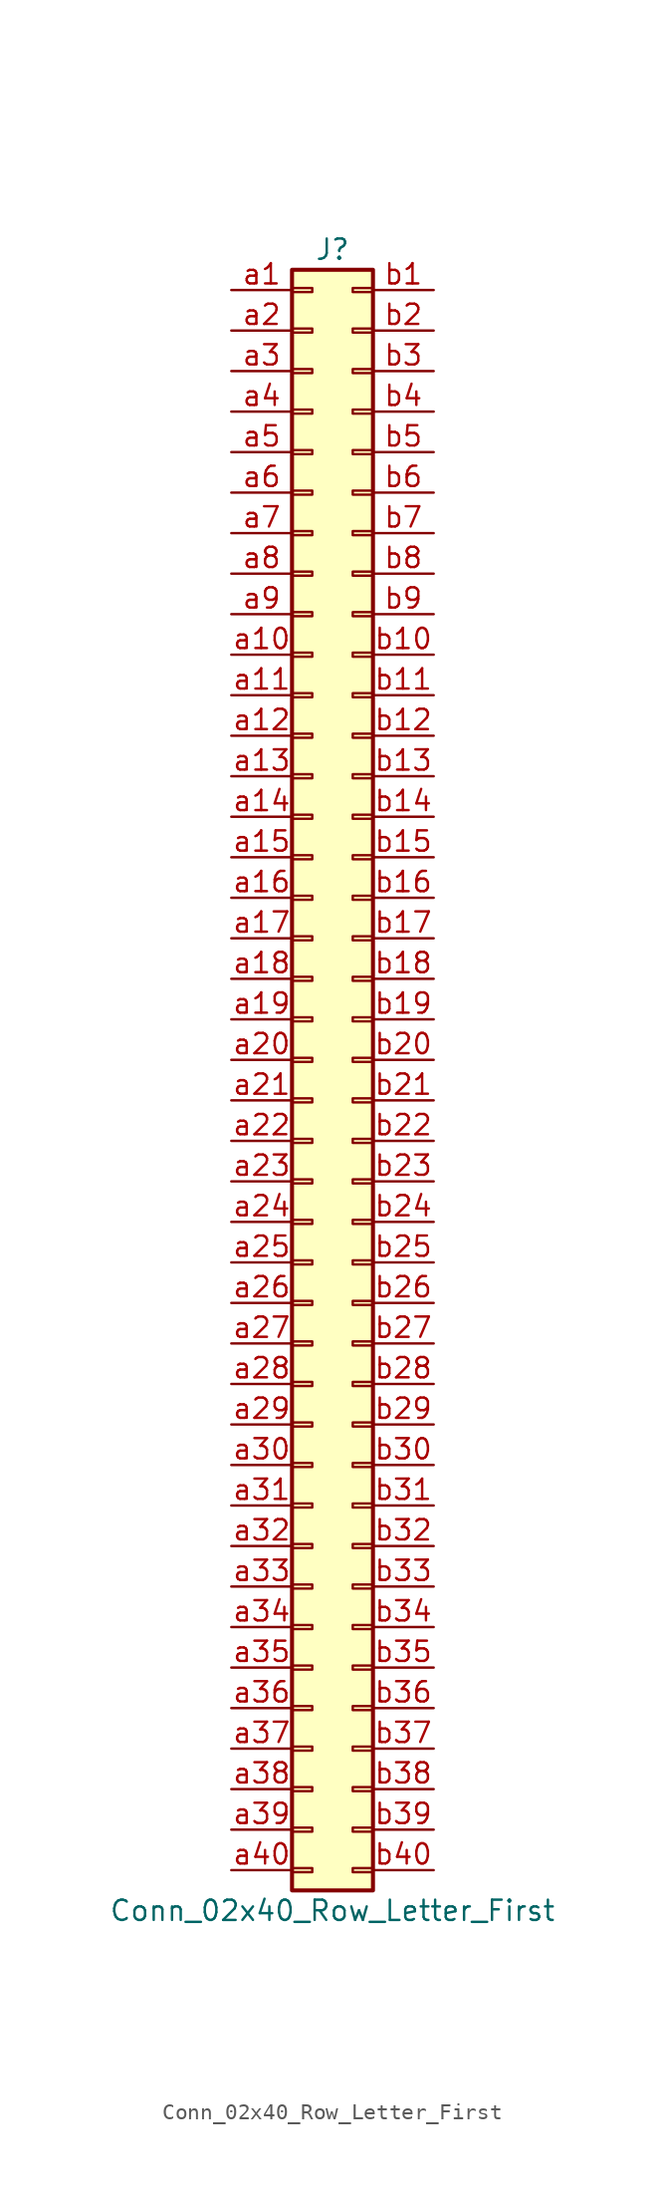
<source format=kicad_sym>
(kicad_symbol_lib
  (version 20201005)
  (generator kicad_symbol_editor)
  (symbol "Conn_02x40_Row_Letter_First"
    (pin_names
      (offset 1.016) hide)
    (property "Reference" "J"
      (at 1.27 50.8 0)
      (effects (font (size 1.27 1.27))))
    (property "Value" "Conn_02x40_Row_Letter_First"
      (at 1.27 -53.34 0)
      (effects (font (size 1.27 1.27))))
    (symbol "Conn_02x40_Row_Letter_First_1_1"
      (rectangle (start -1.27 -50.673) (end 0 -50.927) (stroke (width 0.152)) (fill (type none)))
      (rectangle (start -1.27 -48.133) (end 0 -48.387) (stroke (width 0.152)) (fill (type none)))
      (rectangle (start -1.27 -45.593) (end 0 -45.847) (stroke (width 0.152)) (fill (type none)))
      (rectangle (start -1.27 -43.053) (end 0 -43.307) (stroke (width 0.152)) (fill (type none)))
      (rectangle (start -1.27 -40.513) (end 0 -40.767) (stroke (width 0.152)) (fill (type none)))
      (rectangle (start -1.27 -37.973) (end 0 -38.227) (stroke (width 0.152)) (fill (type none)))
      (rectangle (start -1.27 -35.433) (end 0 -35.687) (stroke (width 0.152)) (fill (type none)))
      (rectangle (start -1.27 -32.893) (end 0 -33.147) (stroke (width 0.152)) (fill (type none)))
      (rectangle (start -1.27 -30.353) (end 0 -30.607) (stroke (width 0.152)) (fill (type none)))
      (rectangle (start -1.27 -27.813) (end 0 -28.067) (stroke (width 0.152)) (fill (type none)))
      (rectangle (start -1.27 -25.273) (end 0 -25.527) (stroke (width 0.152)) (fill (type none)))
      (rectangle (start -1.27 -22.733) (end 0 -22.987) (stroke (width 0.152)) (fill (type none)))
      (rectangle (start -1.27 -20.193) (end 0 -20.447) (stroke (width 0.152)) (fill (type none)))
      (rectangle (start -1.27 -17.653) (end 0 -17.907) (stroke (width 0.152)) (fill (type none)))
      (rectangle (start -1.27 -15.113) (end 0 -15.367) (stroke (width 0.152)) (fill (type none)))
      (rectangle (start -1.27 -12.573) (end 0 -12.827) (stroke (width 0.152)) (fill (type none)))
      (rectangle (start -1.27 -10.033) (end 0 -10.287) (stroke (width 0.152)) (fill (type none)))
      (rectangle (start -1.27 -7.493) (end 0 -7.747) (stroke (width 0.152)) (fill (type none)))
      (rectangle (start -1.27 -4.953) (end 0 -5.207) (stroke (width 0.152)) (fill (type none)))
      (rectangle (start -1.27 -2.413) (end 0 -2.667) (stroke (width 0.152)) (fill (type none)))
      (rectangle (start -1.27 0.127) (end 0 -0.127) (stroke (width 0.152)) (fill (type none)))
      (rectangle (start -1.27 2.667) (end 0 2.413) (stroke (width 0.152)) (fill (type none)))
      (rectangle (start -1.27 5.207) (end 0 4.953) (stroke (width 0.152)) (fill (type none)))
      (rectangle (start -1.27 7.747) (end 0 7.493) (stroke (width 0.152)) (fill (type none)))
      (rectangle (start -1.27 10.287) (end 0 10.033) (stroke (width 0.152)) (fill (type none)))
      (rectangle (start -1.27 12.827) (end 0 12.573) (stroke (width 0.152)) (fill (type none)))
      (rectangle (start -1.27 15.367) (end 0 15.113) (stroke (width 0.152)) (fill (type none)))
      (rectangle (start -1.27 17.907) (end 0 17.653) (stroke (width 0.152)) (fill (type none)))
      (rectangle (start -1.27 20.447) (end 0 20.193) (stroke (width 0.152)) (fill (type none)))
      (rectangle (start -1.27 22.987) (end 0 22.733) (stroke (width 0.152)) (fill (type none)))
      (rectangle (start -1.27 25.527) (end 0 25.273) (stroke (width 0.152)) (fill (type none)))
      (rectangle (start -1.27 28.067) (end 0 27.813) (stroke (width 0.152)) (fill (type none)))
      (rectangle (start -1.27 30.607) (end 0 30.353) (stroke (width 0.152)) (fill (type none)))
      (rectangle (start -1.27 33.147) (end 0 32.893) (stroke (width 0.152)) (fill (type none)))
      (rectangle (start -1.27 35.687) (end 0 35.433) (stroke (width 0.152)) (fill (type none)))
      (rectangle (start -1.27 38.227) (end 0 37.973) (stroke (width 0.152)) (fill (type none)))
      (rectangle (start -1.27 40.767) (end 0 40.513) (stroke (width 0.152)) (fill (type none)))
      (rectangle (start -1.27 43.307) (end 0 43.053) (stroke (width 0.152)) (fill (type none)))
      (rectangle (start -1.27 45.847) (end 0 45.593) (stroke (width 0.152)) (fill (type none)))
      (rectangle (start -1.27 48.387) (end 0 48.133) (stroke (width 0.152)) (fill (type none)))
      (rectangle (start 3.81 -50.673) (end 2.54 -50.927) (stroke (width 0.152)) (fill (type none)))
      (rectangle (start 3.81 -48.133) (end 2.54 -48.387) (stroke (width 0.152)) (fill (type none)))
      (rectangle (start 3.81 -45.593) (end 2.54 -45.847) (stroke (width 0.152)) (fill (type none)))
      (rectangle (start 3.81 -43.053) (end 2.54 -43.307) (stroke (width 0.152)) (fill (type none)))
      (rectangle (start 3.81 -40.513) (end 2.54 -40.767) (stroke (width 0.152)) (fill (type none)))
      (rectangle (start 3.81 -37.973) (end 2.54 -38.227) (stroke (width 0.152)) (fill (type none)))
      (rectangle (start 3.81 -35.433) (end 2.54 -35.687) (stroke (width 0.152)) (fill (type none)))
      (rectangle (start 3.81 -32.893) (end 2.54 -33.147) (stroke (width 0.152)) (fill (type none)))
      (rectangle (start 3.81 -30.353) (end 2.54 -30.607) (stroke (width 0.152)) (fill (type none)))
      (rectangle (start 3.81 -27.813) (end 2.54 -28.067) (stroke (width 0.152)) (fill (type none)))
      (rectangle (start 3.81 -25.273) (end 2.54 -25.527) (stroke (width 0.152)) (fill (type none)))
      (rectangle (start 3.81 -22.733) (end 2.54 -22.987) (stroke (width 0.152)) (fill (type none)))
      (rectangle (start 3.81 -20.193) (end 2.54 -20.447) (stroke (width 0.152)) (fill (type none)))
      (rectangle (start 3.81 -17.653) (end 2.54 -17.907) (stroke (width 0.152)) (fill (type none)))
      (rectangle (start 3.81 -15.113) (end 2.54 -15.367) (stroke (width 0.152)) (fill (type none)))
      (rectangle (start 3.81 -12.573) (end 2.54 -12.827) (stroke (width 0.152)) (fill (type none)))
      (rectangle (start 3.81 -10.033) (end 2.54 -10.287) (stroke (width 0.152)) (fill (type none)))
      (rectangle (start 3.81 -7.493) (end 2.54 -7.747) (stroke (width 0.152)) (fill (type none)))
      (rectangle (start 3.81 -4.953) (end 2.54 -5.207) (stroke (width 0.152)) (fill (type none)))
      (rectangle (start 3.81 -2.413) (end 2.54 -2.667) (stroke (width 0.152)) (fill (type none)))
      (rectangle (start 3.81 0.127) (end 2.54 -0.127) (stroke (width 0.152)) (fill (type none)))
      (rectangle (start 3.81 2.667) (end 2.54 2.413) (stroke (width 0.152)) (fill (type none)))
      (rectangle (start 3.81 5.207) (end 2.54 4.953) (stroke (width 0.152)) (fill (type none)))
      (rectangle (start 3.81 7.747) (end 2.54 7.493) (stroke (width 0.152)) (fill (type none)))
      (rectangle (start 3.81 10.287) (end 2.54 10.033) (stroke (width 0.152)) (fill (type none)))
      (rectangle (start 3.81 12.827) (end 2.54 12.573) (stroke (width 0.152)) (fill (type none)))
      (rectangle (start 3.81 15.367) (end 2.54 15.113) (stroke (width 0.152)) (fill (type none)))
      (rectangle (start 3.81 17.907) (end 2.54 17.653) (stroke (width 0.152)) (fill (type none)))
      (rectangle (start 3.81 20.447) (end 2.54 20.193) (stroke (width 0.152)) (fill (type none)))
      (rectangle (start 3.81 22.987) (end 2.54 22.733) (stroke (width 0.152)) (fill (type none)))
      (rectangle (start 3.81 25.527) (end 2.54 25.273) (stroke (width 0.152)) (fill (type none)))
      (rectangle (start 3.81 28.067) (end 2.54 27.813) (stroke (width 0.152)) (fill (type none)))
      (rectangle (start 3.81 30.607) (end 2.54 30.353) (stroke (width 0.152)) (fill (type none)))
      (rectangle (start 3.81 33.147) (end 2.54 32.893) (stroke (width 0.152)) (fill (type none)))
      (rectangle (start 3.81 35.687) (end 2.54 35.433) (stroke (width 0.152)) (fill (type none)))
      (rectangle (start 3.81 38.227) (end 2.54 37.973) (stroke (width 0.152)) (fill (type none)))
      (rectangle (start 3.81 40.767) (end 2.54 40.513) (stroke (width 0.152)) (fill (type none)))
      (rectangle (start 3.81 43.307) (end 2.54 43.053) (stroke (width 0.152)) (fill (type none)))
      (rectangle (start 3.81 45.847) (end 2.54 45.593) (stroke (width 0.152)) (fill (type none)))
      (rectangle (start 3.81 48.387) (end 2.54 48.133) (stroke (width 0.152)) (fill (type none)))
      (rectangle (start -1.27 49.53) (end 3.81 -52.07) (stroke (width 0.254)) (fill (type background)))
      (pin passive line (at -5.08 48.26 0) (length 3.81) (name "Pin_a1" (effects (font (size 1.27 1.27)))) (number "a1" (effects (font (size 1.27 1.27)))))
      (pin passive line (at -5.08 25.4 0) (length 3.81) (name "Pin_a10" (effects (font (size 1.27 1.27)))) (number "a10" (effects (font (size 1.27 1.27)))))
      (pin passive line (at -5.08 22.86 0) (length 3.81) (name "Pin_a11" (effects (font (size 1.27 1.27)))) (number "a11" (effects (font (size 1.27 1.27)))))
      (pin passive line (at -5.08 20.32 0) (length 3.81) (name "Pin_a12" (effects (font (size 1.27 1.27)))) (number "a12" (effects (font (size 1.27 1.27)))))
      (pin passive line (at -5.08 17.78 0) (length 3.81) (name "Pin_a13" (effects (font (size 1.27 1.27)))) (number "a13" (effects (font (size 1.27 1.27)))))
      (pin passive line (at -5.08 15.24 0) (length 3.81) (name "Pin_a14" (effects (font (size 1.27 1.27)))) (number "a14" (effects (font (size 1.27 1.27)))))
      (pin passive line (at -5.08 12.7 0) (length 3.81) (name "Pin_a15" (effects (font (size 1.27 1.27)))) (number "a15" (effects (font (size 1.27 1.27)))))
      (pin passive line (at -5.08 10.16 0) (length 3.81) (name "Pin_a16" (effects (font (size 1.27 1.27)))) (number "a16" (effects (font (size 1.27 1.27)))))
      (pin passive line (at -5.08 7.62 0) (length 3.81) (name "Pin_a17" (effects (font (size 1.27 1.27)))) (number "a17" (effects (font (size 1.27 1.27)))))
      (pin passive line (at -5.08 5.08 0) (length 3.81) (name "Pin_a18" (effects (font (size 1.27 1.27)))) (number "a18" (effects (font (size 1.27 1.27)))))
      (pin passive line (at -5.08 2.54 0) (length 3.81) (name "Pin_a19" (effects (font (size 1.27 1.27)))) (number "a19" (effects (font (size 1.27 1.27)))))
      (pin passive line (at -5.08 45.72 0) (length 3.81) (name "Pin_a2" (effects (font (size 1.27 1.27)))) (number "a2" (effects (font (size 1.27 1.27)))))
      (pin passive line (at -5.08 0 0) (length 3.81) (name "Pin_a20" (effects (font (size 1.27 1.27)))) (number "a20" (effects (font (size 1.27 1.27)))))
      (pin passive line (at -5.08 -2.54 0) (length 3.81) (name "Pin_a21" (effects (font (size 1.27 1.27)))) (number "a21" (effects (font (size 1.27 1.27)))))
      (pin passive line (at -5.08 -5.08 0) (length 3.81) (name "Pin_a22" (effects (font (size 1.27 1.27)))) (number "a22" (effects (font (size 1.27 1.27)))))
      (pin passive line (at -5.08 -7.62 0) (length 3.81) (name "Pin_a23" (effects (font (size 1.27 1.27)))) (number "a23" (effects (font (size 1.27 1.27)))))
      (pin passive line (at -5.08 -10.16 0) (length 3.81) (name "Pin_a24" (effects (font (size 1.27 1.27)))) (number "a24" (effects (font (size 1.27 1.27)))))
      (pin passive line (at -5.08 -12.7 0) (length 3.81) (name "Pin_a25" (effects (font (size 1.27 1.27)))) (number "a25" (effects (font (size 1.27 1.27)))))
      (pin passive line (at -5.08 -15.24 0) (length 3.81) (name "Pin_a26" (effects (font (size 1.27 1.27)))) (number "a26" (effects (font (size 1.27 1.27)))))
      (pin passive line (at -5.08 -17.78 0) (length 3.81) (name "Pin_a27" (effects (font (size 1.27 1.27)))) (number "a27" (effects (font (size 1.27 1.27)))))
      (pin passive line (at -5.08 -20.32 0) (length 3.81) (name "Pin_a28" (effects (font (size 1.27 1.27)))) (number "a28" (effects (font (size 1.27 1.27)))))
      (pin passive line (at -5.08 -22.86 0) (length 3.81) (name "Pin_a29" (effects (font (size 1.27 1.27)))) (number "a29" (effects (font (size 1.27 1.27)))))
      (pin passive line (at -5.08 43.18 0) (length 3.81) (name "Pin_a3" (effects (font (size 1.27 1.27)))) (number "a3" (effects (font (size 1.27 1.27)))))
      (pin passive line (at -5.08 -25.4 0) (length 3.81) (name "Pin_a30" (effects (font (size 1.27 1.27)))) (number "a30" (effects (font (size 1.27 1.27)))))
      (pin passive line (at -5.08 -27.94 0) (length 3.81) (name "Pin_a31" (effects (font (size 1.27 1.27)))) (number "a31" (effects (font (size 1.27 1.27)))))
      (pin passive line (at -5.08 -30.48 0) (length 3.81) (name "Pin_a32" (effects (font (size 1.27 1.27)))) (number "a32" (effects (font (size 1.27 1.27)))))
      (pin passive line (at -5.08 -33.02 0) (length 3.81) (name "Pin_a33" (effects (font (size 1.27 1.27)))) (number "a33" (effects (font (size 1.27 1.27)))))
      (pin passive line (at -5.08 -35.56 0) (length 3.81) (name "Pin_a34" (effects (font (size 1.27 1.27)))) (number "a34" (effects (font (size 1.27 1.27)))))
      (pin passive line (at -5.08 -38.1 0) (length 3.81) (name "Pin_a35" (effects (font (size 1.27 1.27)))) (number "a35" (effects (font (size 1.27 1.27)))))
      (pin passive line (at -5.08 -40.64 0) (length 3.81) (name "Pin_a36" (effects (font (size 1.27 1.27)))) (number "a36" (effects (font (size 1.27 1.27)))))
      (pin passive line (at -5.08 -43.18 0) (length 3.81) (name "Pin_a37" (effects (font (size 1.27 1.27)))) (number "a37" (effects (font (size 1.27 1.27)))))
      (pin passive line (at -5.08 -45.72 0) (length 3.81) (name "Pin_a38" (effects (font (size 1.27 1.27)))) (number "a38" (effects (font (size 1.27 1.27)))))
      (pin passive line (at -5.08 -48.26 0) (length 3.81) (name "Pin_a39" (effects (font (size 1.27 1.27)))) (number "a39" (effects (font (size 1.27 1.27)))))
      (pin passive line (at -5.08 40.64 0) (length 3.81) (name "Pin_a4" (effects (font (size 1.27 1.27)))) (number "a4" (effects (font (size 1.27 1.27)))))
      (pin passive line (at -5.08 -50.8 0) (length 3.81) (name "Pin_a40" (effects (font (size 1.27 1.27)))) (number "a40" (effects (font (size 1.27 1.27)))))
      (pin passive line (at -5.08 38.1 0) (length 3.81) (name "Pin_a5" (effects (font (size 1.27 1.27)))) (number "a5" (effects (font (size 1.27 1.27)))))
      (pin passive line (at -5.08 35.56 0) (length 3.81) (name "Pin_a6" (effects (font (size 1.27 1.27)))) (number "a6" (effects (font (size 1.27 1.27)))))
      (pin passive line (at -5.08 33.02 0) (length 3.81) (name "Pin_a7" (effects (font (size 1.27 1.27)))) (number "a7" (effects (font (size 1.27 1.27)))))
      (pin passive line (at -5.08 30.48 0) (length 3.81) (name "Pin_a8" (effects (font (size 1.27 1.27)))) (number "a8" (effects (font (size 1.27 1.27)))))
      (pin passive line (at -5.08 27.94 0) (length 3.81) (name "Pin_a9" (effects (font (size 1.27 1.27)))) (number "a9" (effects (font (size 1.27 1.27)))))
      (pin passive line (at 7.62 48.26 180) (length 3.81) (name "Pin_b1" (effects (font (size 1.27 1.27)))) (number "b1" (effects (font (size 1.27 1.27)))))
      (pin passive line (at 7.62 25.4 180) (length 3.81) (name "Pin_b10" (effects (font (size 1.27 1.27)))) (number "b10" (effects (font (size 1.27 1.27)))))
      (pin passive line (at 7.62 22.86 180) (length 3.81) (name "Pin_b11" (effects (font (size 1.27 1.27)))) (number "b11" (effects (font (size 1.27 1.27)))))
      (pin passive line (at 7.62 20.32 180) (length 3.81) (name "Pin_b12" (effects (font (size 1.27 1.27)))) (number "b12" (effects (font (size 1.27 1.27)))))
      (pin passive line (at 7.62 17.78 180) (length 3.81) (name "Pin_b13" (effects (font (size 1.27 1.27)))) (number "b13" (effects (font (size 1.27 1.27)))))
      (pin passive line (at 7.62 15.24 180) (length 3.81) (name "Pin_b14" (effects (font (size 1.27 1.27)))) (number "b14" (effects (font (size 1.27 1.27)))))
      (pin passive line (at 7.62 12.7 180) (length 3.81) (name "Pin_b15" (effects (font (size 1.27 1.27)))) (number "b15" (effects (font (size 1.27 1.27)))))
      (pin passive line (at 7.62 10.16 180) (length 3.81) (name "Pin_b16" (effects (font (size 1.27 1.27)))) (number "b16" (effects (font (size 1.27 1.27)))))
      (pin passive line (at 7.62 7.62 180) (length 3.81) (name "Pin_b17" (effects (font (size 1.27 1.27)))) (number "b17" (effects (font (size 1.27 1.27)))))
      (pin passive line (at 7.62 5.08 180) (length 3.81) (name "Pin_b18" (effects (font (size 1.27 1.27)))) (number "b18" (effects (font (size 1.27 1.27)))))
      (pin passive line (at 7.62 2.54 180) (length 3.81) (name "Pin_b19" (effects (font (size 1.27 1.27)))) (number "b19" (effects (font (size 1.27 1.27)))))
      (pin passive line (at 7.62 45.72 180) (length 3.81) (name "Pin_b2" (effects (font (size 1.27 1.27)))) (number "b2" (effects (font (size 1.27 1.27)))))
      (pin passive line (at 7.62 0 180) (length 3.81) (name "Pin_b20" (effects (font (size 1.27 1.27)))) (number "b20" (effects (font (size 1.27 1.27)))))
      (pin passive line (at 7.62 -2.54 180) (length 3.81) (name "Pin_b21" (effects (font (size 1.27 1.27)))) (number "b21" (effects (font (size 1.27 1.27)))))
      (pin passive line (at 7.62 -5.08 180) (length 3.81) (name "Pin_b22" (effects (font (size 1.27 1.27)))) (number "b22" (effects (font (size 1.27 1.27)))))
      (pin passive line (at 7.62 -7.62 180) (length 3.81) (name "Pin_b23" (effects (font (size 1.27 1.27)))) (number "b23" (effects (font (size 1.27 1.27)))))
      (pin passive line (at 7.62 -10.16 180) (length 3.81) (name "Pin_b24" (effects (font (size 1.27 1.27)))) (number "b24" (effects (font (size 1.27 1.27)))))
      (pin passive line (at 7.62 -12.7 180) (length 3.81) (name "Pin_b25" (effects (font (size 1.27 1.27)))) (number "b25" (effects (font (size 1.27 1.27)))))
      (pin passive line (at 7.62 -15.24 180) (length 3.81) (name "Pin_b26" (effects (font (size 1.27 1.27)))) (number "b26" (effects (font (size 1.27 1.27)))))
      (pin passive line (at 7.62 -17.78 180) (length 3.81) (name "Pin_b27" (effects (font (size 1.27 1.27)))) (number "b27" (effects (font (size 1.27 1.27)))))
      (pin passive line (at 7.62 -20.32 180) (length 3.81) (name "Pin_b28" (effects (font (size 1.27 1.27)))) (number "b28" (effects (font (size 1.27 1.27)))))
      (pin passive line (at 7.62 -22.86 180) (length 3.81) (name "Pin_b29" (effects (font (size 1.27 1.27)))) (number "b29" (effects (font (size 1.27 1.27)))))
      (pin passive line (at 7.62 43.18 180) (length 3.81) (name "Pin_b3" (effects (font (size 1.27 1.27)))) (number "b3" (effects (font (size 1.27 1.27)))))
      (pin passive line (at 7.62 -25.4 180) (length 3.81) (name "Pin_b30" (effects (font (size 1.27 1.27)))) (number "b30" (effects (font (size 1.27 1.27)))))
      (pin passive line (at 7.62 -27.94 180) (length 3.81) (name "Pin_b31" (effects (font (size 1.27 1.27)))) (number "b31" (effects (font (size 1.27 1.27)))))
      (pin passive line (at 7.62 -30.48 180) (length 3.81) (name "Pin_b32" (effects (font (size 1.27 1.27)))) (number "b32" (effects (font (size 1.27 1.27)))))
      (pin passive line (at 7.62 -33.02 180) (length 3.81) (name "Pin_b33" (effects (font (size 1.27 1.27)))) (number "b33" (effects (font (size 1.27 1.27)))))
      (pin passive line (at 7.62 -35.56 180) (length 3.81) (name "Pin_b34" (effects (font (size 1.27 1.27)))) (number "b34" (effects (font (size 1.27 1.27)))))
      (pin passive line (at 7.62 -38.1 180) (length 3.81) (name "Pin_b35" (effects (font (size 1.27 1.27)))) (number "b35" (effects (font (size 1.27 1.27)))))
      (pin passive line (at 7.62 -40.64 180) (length 3.81) (name "Pin_b36" (effects (font (size 1.27 1.27)))) (number "b36" (effects (font (size 1.27 1.27)))))
      (pin passive line (at 7.62 -43.18 180) (length 3.81) (name "Pin_b37" (effects (font (size 1.27 1.27)))) (number "b37" (effects (font (size 1.27 1.27)))))
      (pin passive line (at 7.62 -45.72 180) (length 3.81) (name "Pin_b38" (effects (font (size 1.27 1.27)))) (number "b38" (effects (font (size 1.27 1.27)))))
      (pin passive line (at 7.62 -48.26 180) (length 3.81) (name "Pin_b39" (effects (font (size 1.27 1.27)))) (number "b39" (effects (font (size 1.27 1.27)))))
      (pin passive line (at 7.62 40.64 180) (length 3.81) (name "Pin_b4" (effects (font (size 1.27 1.27)))) (number "b4" (effects (font (size 1.27 1.27)))))
      (pin passive line (at 7.62 -50.8 180) (length 3.81) (name "Pin_b40" (effects (font (size 1.27 1.27)))) (number "b40" (effects (font (size 1.27 1.27)))))
      (pin passive line (at 7.62 38.1 180) (length 3.81) (name "Pin_b5" (effects (font (size 1.27 1.27)))) (number "b5" (effects (font (size 1.27 1.27)))))
      (pin passive line (at 7.62 35.56 180) (length 3.81) (name "Pin_b6" (effects (font (size 1.27 1.27)))) (number "b6" (effects (font (size 1.27 1.27)))))
      (pin passive line (at 7.62 33.02 180) (length 3.81) (name "Pin_b7" (effects (font (size 1.27 1.27)))) (number "b7" (effects (font (size 1.27 1.27)))))
      (pin passive line (at 7.62 30.48 180) (length 3.81) (name "Pin_b8" (effects (font (size 1.27 1.27)))) (number "b8" (effects (font (size 1.27 1.27)))))
      (pin passive line (at 7.62 27.94 180) (length 3.81) (name "Pin_b9" (effects (font (size 1.27 1.27)))) (number "b9" (effects (font (size 1.27 1.27))))))))
</source>
